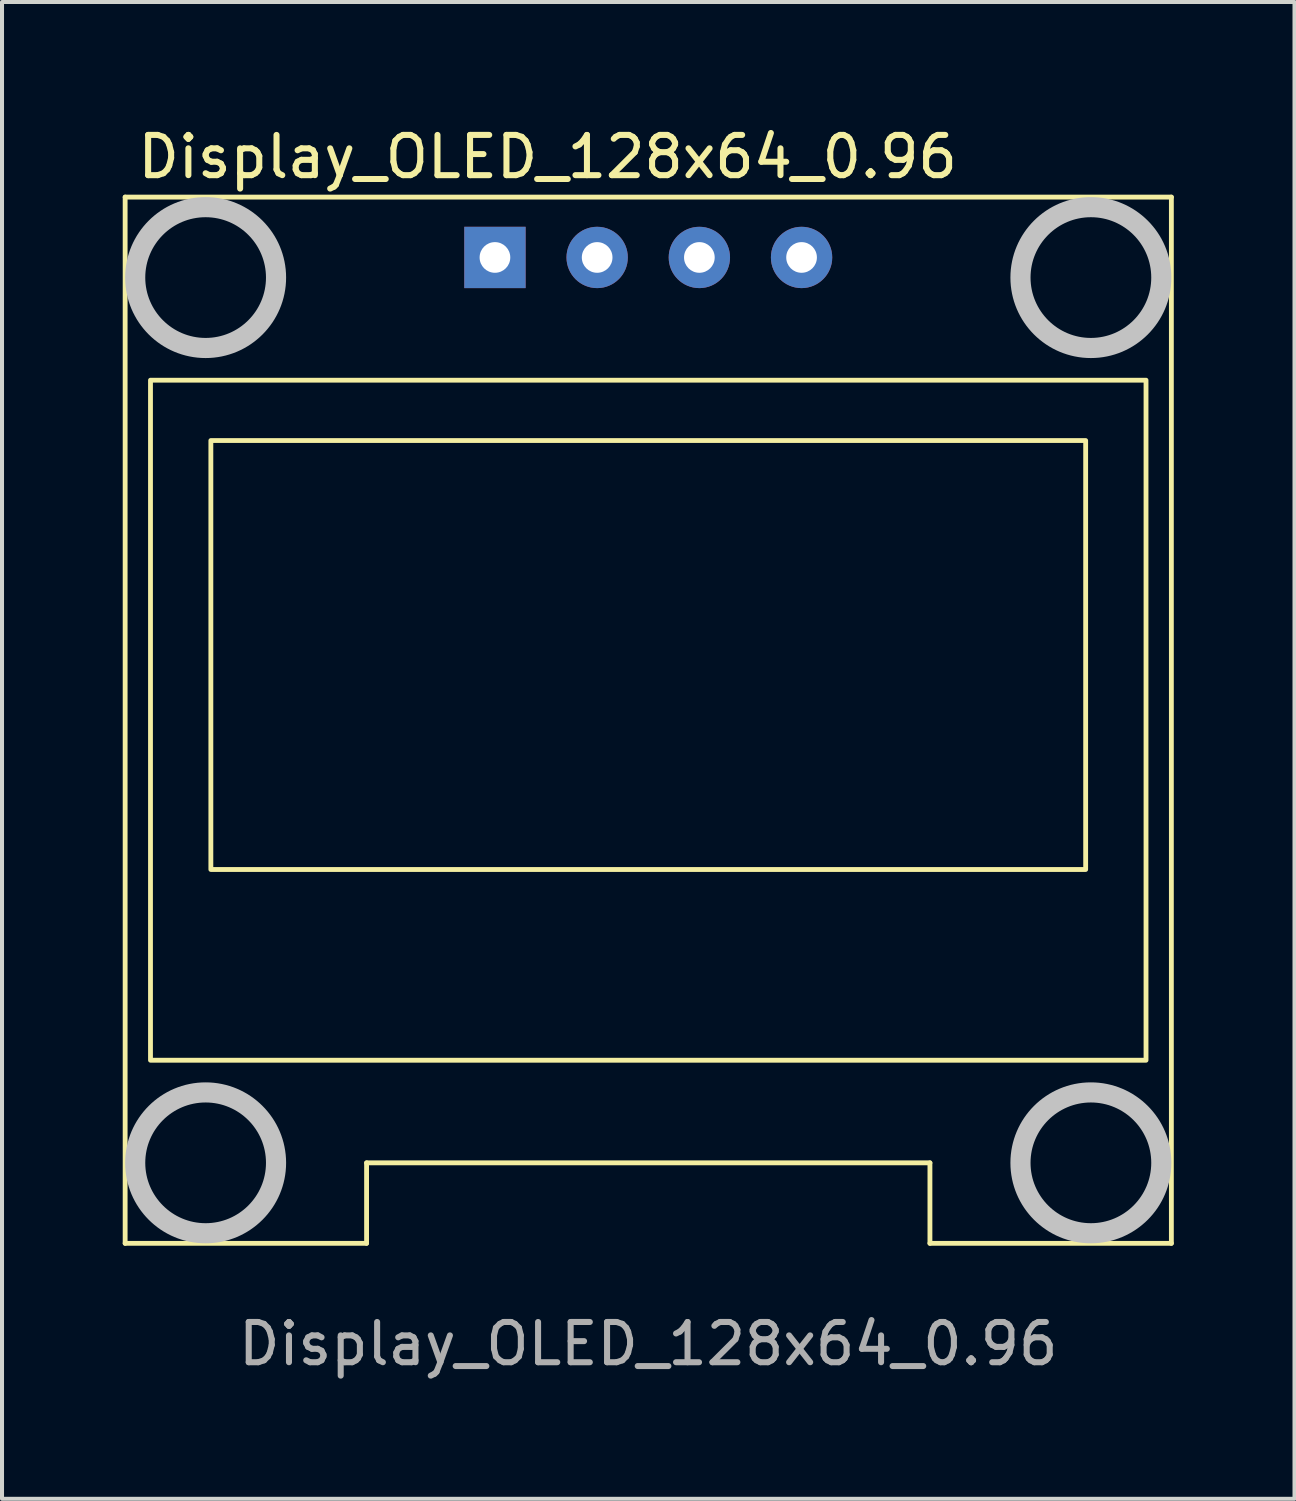
<source format=kicad_pcb>
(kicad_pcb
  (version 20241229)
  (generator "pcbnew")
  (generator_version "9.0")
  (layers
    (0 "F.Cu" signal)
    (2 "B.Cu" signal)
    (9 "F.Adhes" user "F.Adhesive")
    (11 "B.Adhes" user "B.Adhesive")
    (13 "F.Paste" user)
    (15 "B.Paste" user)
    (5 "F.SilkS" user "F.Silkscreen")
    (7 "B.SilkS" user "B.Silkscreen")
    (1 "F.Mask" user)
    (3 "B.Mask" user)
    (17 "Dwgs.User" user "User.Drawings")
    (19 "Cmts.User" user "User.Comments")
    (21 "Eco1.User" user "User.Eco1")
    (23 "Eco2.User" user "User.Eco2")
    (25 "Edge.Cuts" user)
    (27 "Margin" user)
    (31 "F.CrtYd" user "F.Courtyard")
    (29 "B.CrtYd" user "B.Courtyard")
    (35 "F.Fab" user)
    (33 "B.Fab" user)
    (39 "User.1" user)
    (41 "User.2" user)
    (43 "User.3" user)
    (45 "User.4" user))
  (footprint "Display_OLED_128x64_0.96"
    (layer "F.Cu")
    (at 9.25 3.348)
    (property "Reference" "Display_OLED_128x64_0.96" (at 1.31 -2.5 0) (unlocked yes) (layer "F.SilkS") (effects (font (size 1 1) (thickness 0.15))))
    (attr through_hole)
    (fp_line (start -9.19 -1.5) (end 16.81 -1.5) (stroke (width 0.12) (type solid)) (layer "F.SilkS"))
    (fp_line (start -9.19 24.5) (end -9.19 -1.5) (stroke (width 0.12) (type solid)) (layer "F.SilkS"))
    (fp_line (start -3.19 22.5) (end -3.19 24.5) (stroke (width 0.12) (type solid)) (layer "F.SilkS"))
    (fp_line (start -3.19 24.5) (end -9.19 24.5) (stroke (width 0.12) (type solid)) (layer "F.SilkS"))
    (fp_line (start 10.81 22.5) (end -3.19 22.5) (stroke (width 0.12) (type solid)) (layer "F.SilkS"))
    (fp_line (start 10.81 24.5) (end 10.81 22.5) (stroke (width 0.12) (type solid)) (layer "F.SilkS"))
    (fp_line (start 16.81 -1.5) (end 16.81 24.5) (stroke (width 0.12) (type solid)) (layer "F.SilkS"))
    (fp_line (start 16.81 24.5) (end 10.81 24.5) (stroke (width 0.12) (type solid)) (layer "F.SilkS"))
    (fp_rect (start -8.56 3.05) (end 16.18 19.95) (stroke (width 0.12) (type solid)) (fill no) (layer "F.SilkS"))
    (fp_rect (start -7.06 4.55) (end 14.68 15.21) (stroke (width 0.12) (type solid)) (fill no) (layer "F.SilkS"))
    (fp_circle (center -7.19 0.5) (end -5.44 0.5) (stroke (width 0.5) (type solid)) (fill no) (layer "Dwgs.User"))
    (fp_circle (center -7.19 22.5) (end -5.44 22.5) (stroke (width 0.5) (type solid)) (fill no) (layer "Dwgs.User"))
    (fp_circle (center 14.81 0.5) (end 16.56 0.5) (stroke (width 0.5) (type solid)) (fill no) (layer "Dwgs.User"))
    (fp_circle (center 14.81 22.5) (end 16.56 22.5) (stroke (width 0.5) (type solid)) (fill no) (layer "Dwgs.User"))
    (fp_text user "${REFERENCE}" (at 3.81 27 0) (unlocked yes) (layer "F.Fab") (effects (font (size 1 1) (thickness 0.15))))
    (pad "1" thru_hole rect (at 0 0) (size 1.524 1.524) (drill 0.762) (layers "*.Cu" "*.Mask"))
    (pad "2" thru_hole circle (at 2.54 0) (size 1.524 1.524) (drill 0.762) (layers "*.Cu" "*.Mask"))
    (pad "3" thru_hole circle (at 5.08 0) (size 1.524 1.524) (drill 0.762) (layers "*.Cu" "*.Mask"))
    (pad "4" thru_hole circle (at 7.62 0) (size 1.524 1.524) (drill 0.762) (layers "*.Cu" "*.Mask")))
  (gr_rect
    (start -3 -3)
    (end 29.12 34.197)
    (stroke (width 0.1) (type default))
    (fill no)
    (layer "Edge.Cuts")))
</source>
